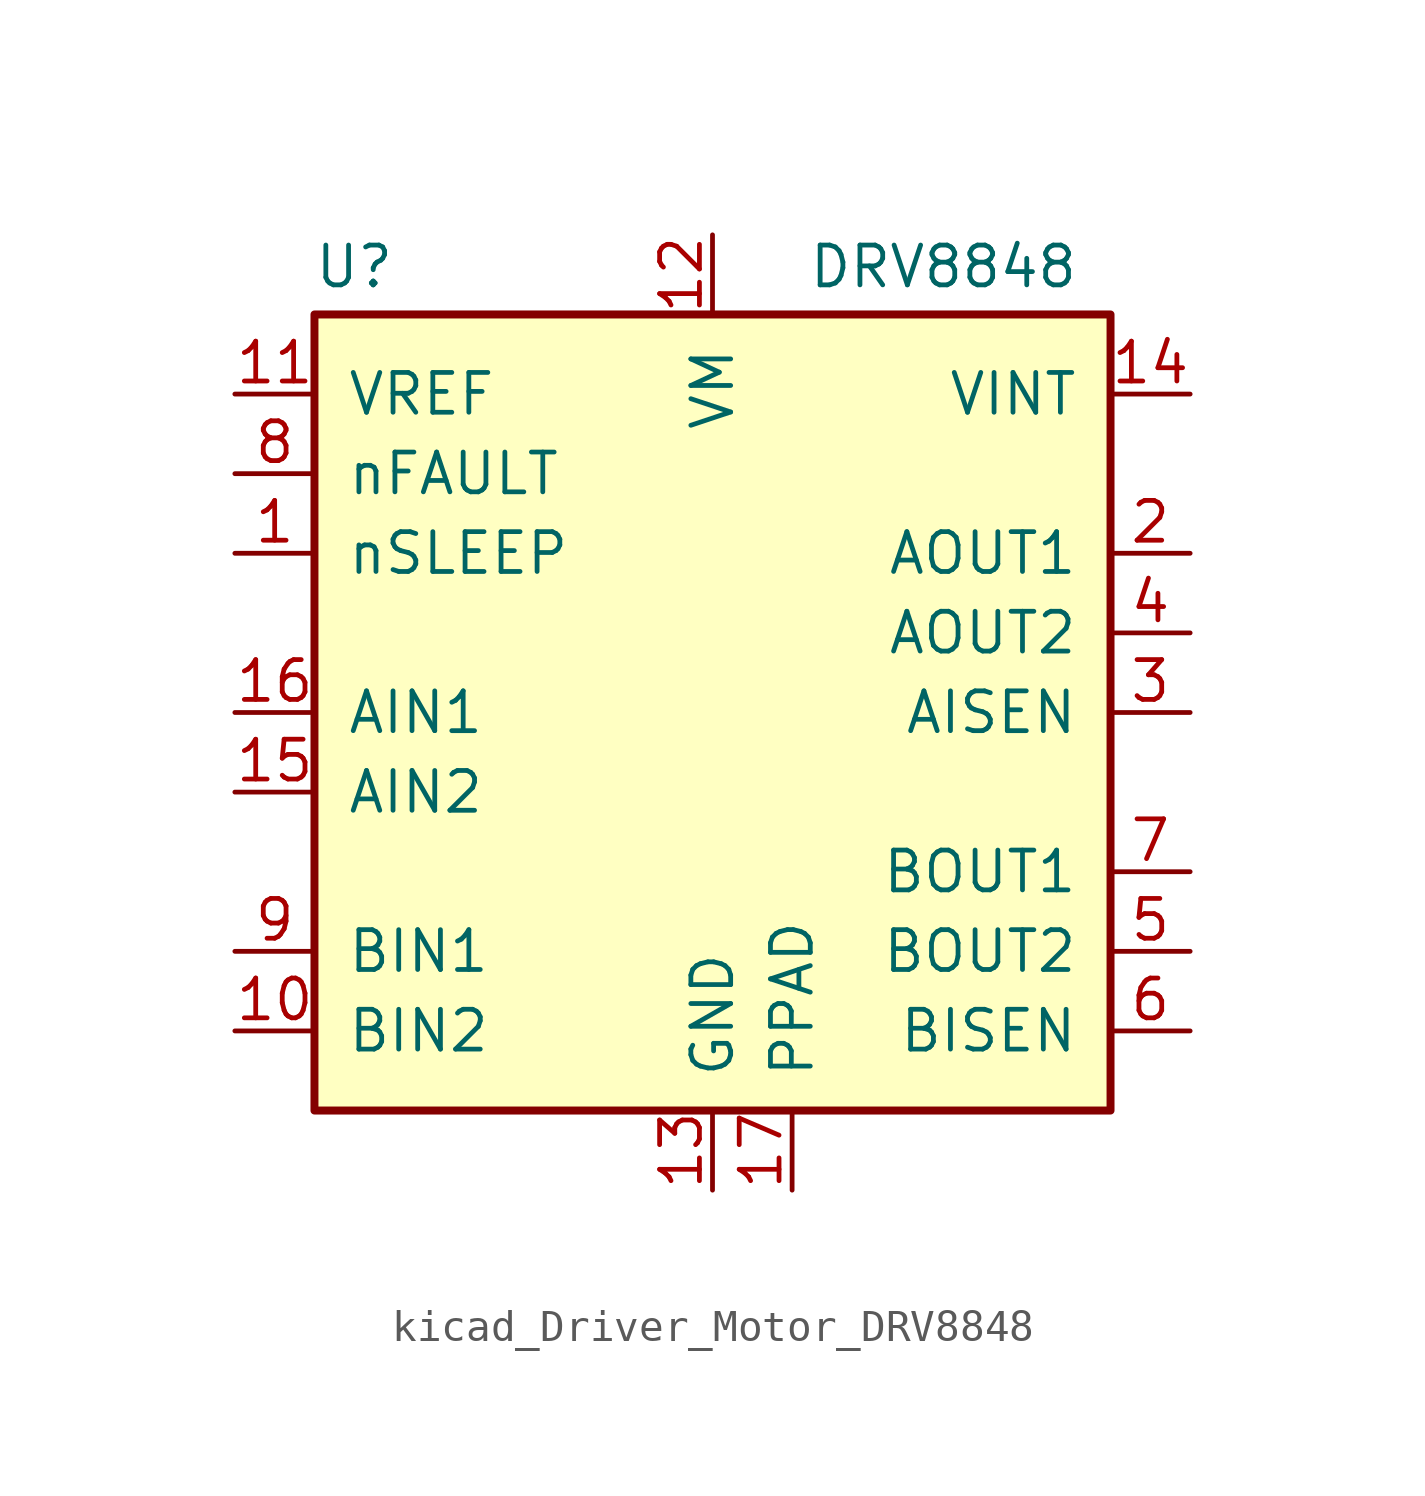
<source format=kicad_sym>
(kicad_symbol_lib
  (version 20220914)
  (generator kicad_symbol_editor)
  (symbol "kicad_Driver_Motor_DRV8848"
    (pin_names
      (offset 1.016))
    (property "Reference" "U"
      (at -11.43 14.224 0)
      (effects (font (size 1.27 1.27))))
    (property "Value" "DRV8848"
      (at 7.366 14.224 0)
      (effects (font (size 1.27 1.27))))
    (symbol "kicad_Driver_Motor_DRV8848_0_1"
      (rectangle (start -12.7 12.7) (end 12.7 -12.7) (stroke (width 0.254) (type default)) (fill (type background))))
    (symbol "kicad_Driver_Motor_DRV8848_1_1"
      (pin input line (at -15.24 5.08 0) (length 2.54) (name "nSLEEP" (effects (font (size 1.27 1.27)))) (number "1" (effects (font (size 1.27 1.27)))))
      (pin input line (at -15.24 -10.16 0) (length 2.54) (name "BIN2" (effects (font (size 1.27 1.27)))) (number "10" (effects (font (size 1.27 1.27)))))
      (pin input line (at -15.24 10.16 0) (length 2.54) (name "VREF" (effects (font (size 1.27 1.27)))) (number "11" (effects (font (size 1.27 1.27)))))
      (pin power_in line (at 0 15.24 270) (length 2.54) (name "VM" (effects (font (size 1.27 1.27)))) (number "12" (effects (font (size 1.27 1.27)))))
      (pin power_in line (at 0 -15.24 90) (length 2.54) (name "GND" (effects (font (size 1.27 1.27)))) (number "13" (effects (font (size 1.27 1.27)))))
      (pin passive line (at 15.24 10.16 180) (length 2.54) (name "VINT" (effects (font (size 1.27 1.27)))) (number "14" (effects (font (size 1.27 1.27)))))
      (pin input line (at -15.24 -2.54 0) (length 2.54) (name "AIN2" (effects (font (size 1.27 1.27)))) (number "15" (effects (font (size 1.27 1.27)))))
      (pin input line (at -15.24 0 0) (length 2.54) (name "AIN1" (effects (font (size 1.27 1.27)))) (number "16" (effects (font (size 1.27 1.27)))))
      (pin power_in line (at 2.54 -15.24 90) (length 2.54) (name "PPAD" (effects (font (size 1.27 1.27)))) (number "17" (effects (font (size 1.27 1.27)))))
      (pin output line (at 15.24 5.08 180) (length 2.54) (name "AOUT1" (effects (font (size 1.27 1.27)))) (number "2" (effects (font (size 1.27 1.27)))))
      (pin passive line (at 15.24 0 180) (length 2.54) (name "AISEN" (effects (font (size 1.27 1.27)))) (number "3" (effects (font (size 1.27 1.27)))))
      (pin output line (at 15.24 2.54 180) (length 2.54) (name "AOUT2" (effects (font (size 1.27 1.27)))) (number "4" (effects (font (size 1.27 1.27)))))
      (pin output line (at 15.24 -7.62 180) (length 2.54) (name "BOUT2" (effects (font (size 1.27 1.27)))) (number "5" (effects (font (size 1.27 1.27)))))
      (pin passive line (at 15.24 -10.16 180) (length 2.54) (name "BISEN" (effects (font (size 1.27 1.27)))) (number "6" (effects (font (size 1.27 1.27)))))
      (pin output line (at 15.24 -5.08 180) (length 2.54) (name "BOUT1" (effects (font (size 1.27 1.27)))) (number "7" (effects (font (size 1.27 1.27)))))
      (pin open_collector line (at -15.24 7.62 0) (length 2.54) (name "nFAULT" (effects (font (size 1.27 1.27)))) (number "8" (effects (font (size 1.27 1.27)))))
      (pin input line (at -15.24 -7.62 0) (length 2.54) (name "BIN1" (effects (font (size 1.27 1.27)))) (number "9" (effects (font (size 1.27 1.27))))))))
</source>
